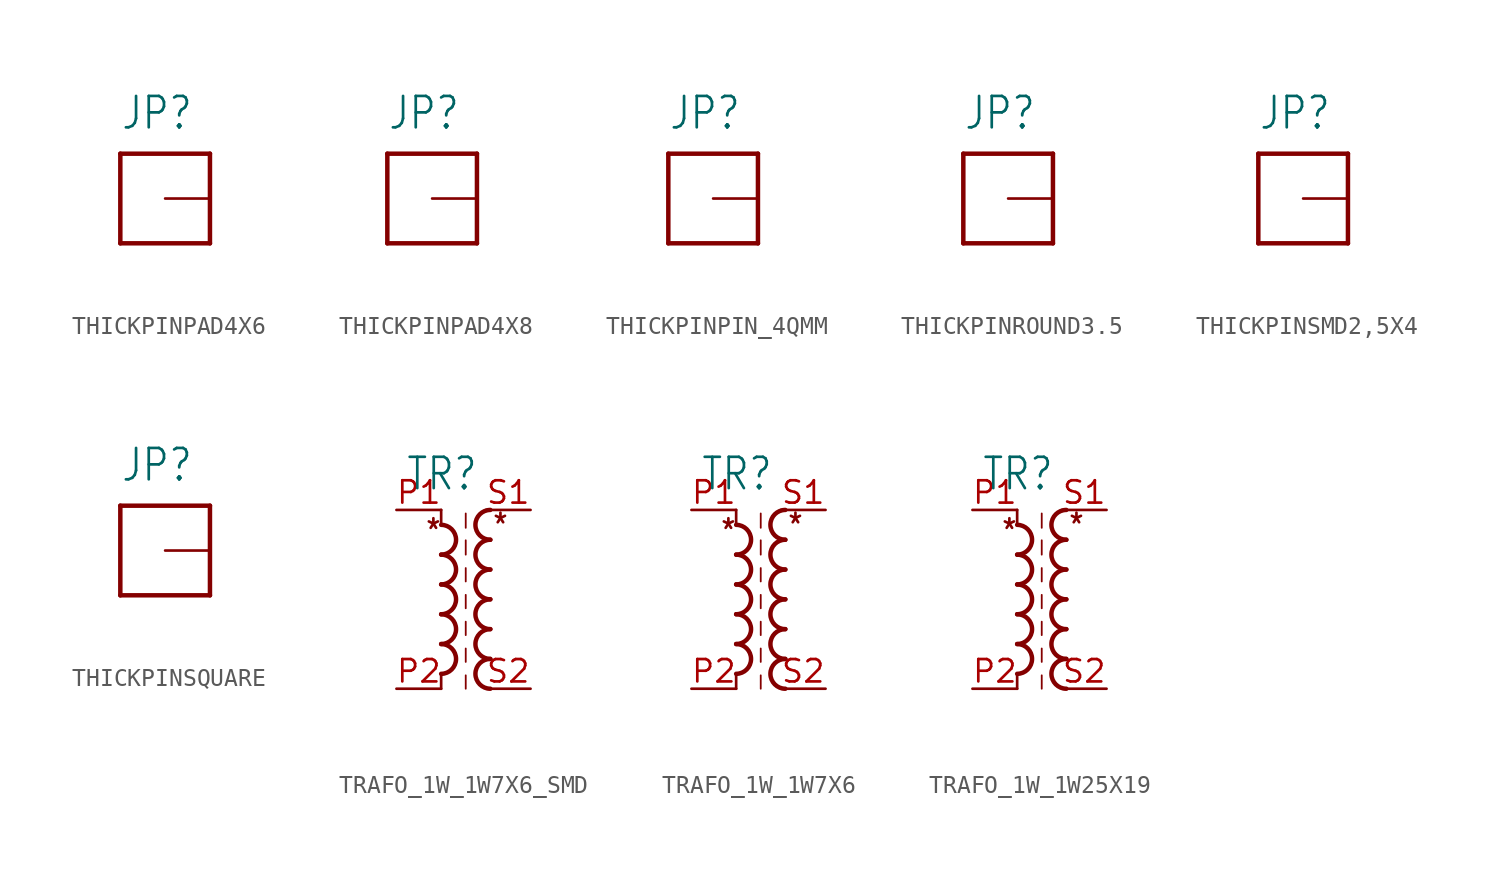
<source format=kicad_sym>
(kicad_symbol_lib
  (version 20231120)
  (generator "kicad_symbol_editor")
  (generator_version "8.0")
  (symbol "THICKPINPAD4X6"
    (property "Reference" "JP"
      (at -5.08 3.81 0)
      (effects (font (size 1.778 1.511)) (justify left bottom)))
    (property "Value" ""
      (at -5.08 -5.08 0)
      (effects (font (size 1.778 1.511)) (justify left bottom)))
    (property "ki_locked" ""
      (at 0 0 0)
      (effects (font (size 1.27 1.27))))
    (symbol "THICKPINPAD4X6_1_0"
      (polyline (pts (xy -5.08 -2.54) (xy -5.08 2.54)) (stroke (width 0.254) (type solid)) (fill (type none)))
      (polyline (pts (xy -5.08 2.54) (xy 0 2.54)) (stroke (width 0.254) (type solid)) (fill (type none)))
      (polyline (pts (xy 0 -2.54) (xy -5.08 -2.54)) (stroke (width 0.254) (type solid)) (fill (type none)))
      (polyline (pts (xy 0 2.54) (xy 0 -2.54)) (stroke (width 0.254) (type solid)) (fill (type none)))
      (pin bidirectional line (at -2.54 0 0) (length 2.54) (name "1" (effects (font (size 0 0)))) (number "P$1" (effects (font (size 0 0)))))))
  (symbol "THICKPINPAD4X8"
    (property "Reference" "JP"
      (at -5.08 3.81 0)
      (effects (font (size 1.778 1.511)) (justify left bottom)))
    (property "Value" ""
      (at -5.08 -5.08 0)
      (effects (font (size 1.778 1.511)) (justify left bottom)))
    (property "ki_locked" ""
      (at 0 0 0)
      (effects (font (size 1.27 1.27))))
    (symbol "THICKPINPAD4X8_1_0"
      (polyline (pts (xy -5.08 -2.54) (xy -5.08 2.54)) (stroke (width 0.254) (type solid)) (fill (type none)))
      (polyline (pts (xy -5.08 2.54) (xy 0 2.54)) (stroke (width 0.254) (type solid)) (fill (type none)))
      (polyline (pts (xy 0 -2.54) (xy -5.08 -2.54)) (stroke (width 0.254) (type solid)) (fill (type none)))
      (polyline (pts (xy 0 2.54) (xy 0 -2.54)) (stroke (width 0.254) (type solid)) (fill (type none)))
      (pin bidirectional line (at -2.54 0 0) (length 2.54) (name "1" (effects (font (size 0 0)))) (number "P$1" (effects (font (size 0 0)))))))
  (symbol "THICKPINPIN_4QMM"
    (property "Reference" "JP"
      (at -5.08 3.81 0)
      (effects (font (size 1.778 1.511)) (justify left bottom)))
    (property "Value" ""
      (at -5.08 -5.08 0)
      (effects (font (size 1.778 1.511)) (justify left bottom)))
    (property "ki_locked" ""
      (at 0 0 0)
      (effects (font (size 1.27 1.27))))
    (symbol "THICKPINPIN_4QMM_1_0"
      (polyline (pts (xy -5.08 -2.54) (xy -5.08 2.54)) (stroke (width 0.254) (type solid)) (fill (type none)))
      (polyline (pts (xy -5.08 2.54) (xy 0 2.54)) (stroke (width 0.254) (type solid)) (fill (type none)))
      (polyline (pts (xy 0 -2.54) (xy -5.08 -2.54)) (stroke (width 0.254) (type solid)) (fill (type none)))
      (polyline (pts (xy 0 2.54) (xy 0 -2.54)) (stroke (width 0.254) (type solid)) (fill (type none)))
      (pin bidirectional line (at -2.54 0 0) (length 2.54) (name "1" (effects (font (size 0 0)))) (number "P$1" (effects (font (size 0 0)))))))
  (symbol "THICKPINROUND3.5"
    (property "Reference" "JP"
      (at -5.08 3.81 0)
      (effects (font (size 1.778 1.511)) (justify left bottom)))
    (property "Value" ""
      (at -5.08 -5.08 0)
      (effects (font (size 1.778 1.511)) (justify left bottom)))
    (property "ki_locked" ""
      (at 0 0 0)
      (effects (font (size 1.27 1.27))))
    (symbol "THICKPINROUND3.5_1_0"
      (polyline (pts (xy -5.08 -2.54) (xy -5.08 2.54)) (stroke (width 0.254) (type solid)) (fill (type none)))
      (polyline (pts (xy -5.08 2.54) (xy 0 2.54)) (stroke (width 0.254) (type solid)) (fill (type none)))
      (polyline (pts (xy 0 -2.54) (xy -5.08 -2.54)) (stroke (width 0.254) (type solid)) (fill (type none)))
      (polyline (pts (xy 0 2.54) (xy 0 -2.54)) (stroke (width 0.254) (type solid)) (fill (type none)))
      (pin bidirectional line (at -2.54 0 0) (length 2.54) (name "1" (effects (font (size 0 0)))) (number "P$1" (effects (font (size 0 0)))))))
  (symbol "THICKPINSMD2,5X4"
    (property "Reference" "JP"
      (at -5.08 3.81 0)
      (effects (font (size 1.778 1.511)) (justify left bottom)))
    (property "Value" ""
      (at -5.08 -5.08 0)
      (effects (font (size 1.778 1.511)) (justify left bottom)))
    (property "ki_locked" ""
      (at 0 0 0)
      (effects (font (size 1.27 1.27))))
    (symbol "THICKPINSMD2,5X4_1_0"
      (polyline (pts (xy -5.08 -2.54) (xy -5.08 2.54)) (stroke (width 0.254) (type solid)) (fill (type none)))
      (polyline (pts (xy -5.08 2.54) (xy 0 2.54)) (stroke (width 0.254) (type solid)) (fill (type none)))
      (polyline (pts (xy 0 -2.54) (xy -5.08 -2.54)) (stroke (width 0.254) (type solid)) (fill (type none)))
      (polyline (pts (xy 0 2.54) (xy 0 -2.54)) (stroke (width 0.254) (type solid)) (fill (type none)))
      (pin bidirectional line (at -2.54 0 0) (length 2.54) (name "1" (effects (font (size 0 0)))) (number "P$1" (effects (font (size 0 0)))))))
  (symbol "THICKPINSQUARE"
    (property "Reference" "JP"
      (at -5.08 3.81 0)
      (effects (font (size 1.778 1.511)) (justify left bottom)))
    (property "Value" ""
      (at -5.08 -5.08 0)
      (effects (font (size 1.778 1.511)) (justify left bottom)))
    (property "ki_locked" ""
      (at 0 0 0)
      (effects (font (size 1.27 1.27))))
    (symbol "THICKPINSQUARE_1_0"
      (polyline (pts (xy -5.08 -2.54) (xy -5.08 2.54)) (stroke (width 0.254) (type solid)) (fill (type none)))
      (polyline (pts (xy -5.08 2.54) (xy 0 2.54)) (stroke (width 0.254) (type solid)) (fill (type none)))
      (polyline (pts (xy 0 -2.54) (xy -5.08 -2.54)) (stroke (width 0.254) (type solid)) (fill (type none)))
      (polyline (pts (xy 0 2.54) (xy 0 -2.54)) (stroke (width 0.254) (type solid)) (fill (type none)))
      (pin bidirectional line (at -2.54 0 0) (length 2.54) (name "1" (effects (font (size 0 0)))) (number "1" (effects (font (size 0 0)))))))
  (symbol "TRAFO_1W_1W7X6_SMD"
    (property "Reference" "TR"
      (at -4.572 6.096 0)
      (effects (font (size 1.778 1.511)) (justify left bottom)))
    (property "Value" ""
      (at -4.572 -7.874 0)
      (effects (font (size 1.778 1.511)) (justify left bottom)))
    (property "ki_locked" ""
      (at 0 0 0)
      (effects (font (size 1.27 1.27))))
    (symbol "TRAFO_1W_1W7X6_SMD_1_0"
      (arc (start -2.54 -4.2334) (mid -1.6933 -3.3867) (end -2.54 -2.54) (stroke (width 0.254) (type solid)) (fill (type none)))
      (arc (start -2.54 -2.54) (mid -1.6933 -1.6933) (end -2.54 -0.8466) (stroke (width 0.254) (type solid)) (fill (type none)))
      (arc (start -2.54 -0.8466) (mid -1.6934 0) (end -2.54 0.8466) (stroke (width 0.254) (type solid)) (fill (type none)))
      (arc (start -2.54 0.8466) (mid -1.6933 1.6933) (end -2.54 2.54) (stroke (width 0.254) (type solid)) (fill (type none)))
      (arc (start -2.54 2.54) (mid -1.6933 3.3867) (end -2.54 4.2334) (stroke (width 0.254) (type solid)) (fill (type none)))
      (polyline (pts (xy -2.54 -4.318) (xy -2.54 -5.08)) (stroke (width 0.152) (type solid)) (fill (type none)))
      (polyline (pts (xy -2.54 5.08) (xy -2.54 4.318)) (stroke (width 0.152) (type solid)) (fill (type none)))
      (polyline (pts (xy -1.143 -5.08) (xy -1.143 -4.318)) (stroke (width 0.102) (type solid)) (fill (type none)))
      (polyline (pts (xy -1.143 -3.556) (xy -1.143 -2.794)) (stroke (width 0.102) (type solid)) (fill (type none)))
      (polyline (pts (xy -1.143 -2.032) (xy -1.143 -1.27)) (stroke (width 0.102) (type solid)) (fill (type none)))
      (polyline (pts (xy -1.143 -0.508) (xy -1.143 0.254)) (stroke (width 0.102) (type solid)) (fill (type none)))
      (polyline (pts (xy -1.143 1.016) (xy -1.143 1.778)) (stroke (width 0.102) (type solid)) (fill (type none)))
      (polyline (pts (xy -1.143 2.54) (xy -1.143 3.356)) (stroke (width 0.102) (type solid)) (fill (type none)))
      (polyline (pts (xy -1.143 4.064) (xy -1.143 4.88)) (stroke (width 0.102) (type solid)) (fill (type none)))
      (arc (start 0.254 -3.3866) (mid -0.5927 -4.2333) (end 0.254 -5.08) (stroke (width 0.254) (type solid)) (fill (type none)))
      (arc (start 0.254 -1.6934) (mid -0.5926 -2.54) (end 0.254 -3.3866) (stroke (width 0.254) (type solid)) (fill (type none)))
      (arc (start 0.254 0) (mid -0.5927 -0.8467) (end 0.254 -1.6934) (stroke (width 0.254) (type solid)) (fill (type none)))
      (arc (start 0.254 1.6934) (mid -0.5927 0.8467) (end 0.254 0) (stroke (width 0.254) (type solid)) (fill (type none)))
      (arc (start 0.254 3.3866) (mid -0.5927 2.5399) (end 0.254 1.6932) (stroke (width 0.254) (type solid)) (fill (type none)))
      (arc (start 0.254 5.08) (mid -0.5927 4.2333) (end 0.254 3.3866) (stroke (width 0.254) (type solid)) (fill (type none)))
      (text "*" (at -3.493 3.175 0) (effects (font (size 1.27 1.079)) (justify left bottom)))
      (text "*" (at 0.318 3.493 0) (effects (font (size 1.27 1.079)) (justify left bottom)))
      (pin passive line (at -5.08 5.08 0) (length 2.54) (name "P1" (effects (font (size 0 0)))) (number "P1" (effects (font (size 1.27 1.27)))))
      (pin passive line (at -5.08 -5.08 0) (length 2.54) (name "P2" (effects (font (size 0 0)))) (number "P2" (effects (font (size 1.27 1.27)))))
      (pin passive line (at 2.54 5.08 180) (length 2.54) (name "S1" (effects (font (size 0 0)))) (number "S1" (effects (font (size 1.27 1.27)))))
      (pin passive line (at 2.54 -5.08 180) (length 2.54) (name "S2" (effects (font (size 0 0)))) (number "S2" (effects (font (size 1.27 1.27)))))))
  (symbol "TRAFO_1W_1W7X6"
    (property "Reference" "TR"
      (at -4.572 6.096 0)
      (effects (font (size 1.778 1.511)) (justify left bottom)))
    (property "Value" ""
      (at -4.572 -7.874 0)
      (effects (font (size 1.778 1.511)) (justify left bottom)))
    (property "ki_locked" ""
      (at 0 0 0)
      (effects (font (size 1.27 1.27))))
    (symbol "TRAFO_1W_1W7X6_1_0"
      (arc (start -2.54 -4.2334) (mid -1.6933 -3.3867) (end -2.54 -2.54) (stroke (width 0.254) (type solid)) (fill (type none)))
      (arc (start -2.54 -2.54) (mid -1.6933 -1.6933) (end -2.54 -0.8466) (stroke (width 0.254) (type solid)) (fill (type none)))
      (arc (start -2.54 -0.8466) (mid -1.6934 0) (end -2.54 0.8466) (stroke (width 0.254) (type solid)) (fill (type none)))
      (arc (start -2.54 0.8466) (mid -1.6933 1.6933) (end -2.54 2.54) (stroke (width 0.254) (type solid)) (fill (type none)))
      (arc (start -2.54 2.54) (mid -1.6933 3.3867) (end -2.54 4.2334) (stroke (width 0.254) (type solid)) (fill (type none)))
      (polyline (pts (xy -2.54 -4.318) (xy -2.54 -5.08)) (stroke (width 0.152) (type solid)) (fill (type none)))
      (polyline (pts (xy -2.54 5.08) (xy -2.54 4.318)) (stroke (width 0.152) (type solid)) (fill (type none)))
      (polyline (pts (xy -1.143 -5.08) (xy -1.143 -4.318)) (stroke (width 0.102) (type solid)) (fill (type none)))
      (polyline (pts (xy -1.143 -3.556) (xy -1.143 -2.794)) (stroke (width 0.102) (type solid)) (fill (type none)))
      (polyline (pts (xy -1.143 -2.032) (xy -1.143 -1.27)) (stroke (width 0.102) (type solid)) (fill (type none)))
      (polyline (pts (xy -1.143 -0.508) (xy -1.143 0.254)) (stroke (width 0.102) (type solid)) (fill (type none)))
      (polyline (pts (xy -1.143 1.016) (xy -1.143 1.778)) (stroke (width 0.102) (type solid)) (fill (type none)))
      (polyline (pts (xy -1.143 2.54) (xy -1.143 3.356)) (stroke (width 0.102) (type solid)) (fill (type none)))
      (polyline (pts (xy -1.143 4.064) (xy -1.143 4.88)) (stroke (width 0.102) (type solid)) (fill (type none)))
      (arc (start 0.254 -3.3866) (mid -0.5927 -4.2333) (end 0.254 -5.08) (stroke (width 0.254) (type solid)) (fill (type none)))
      (arc (start 0.254 -1.6934) (mid -0.5926 -2.54) (end 0.254 -3.3866) (stroke (width 0.254) (type solid)) (fill (type none)))
      (arc (start 0.254 0) (mid -0.5927 -0.8467) (end 0.254 -1.6934) (stroke (width 0.254) (type solid)) (fill (type none)))
      (arc (start 0.254 1.6934) (mid -0.5927 0.8467) (end 0.254 0) (stroke (width 0.254) (type solid)) (fill (type none)))
      (arc (start 0.254 3.3866) (mid -0.5927 2.5399) (end 0.254 1.6932) (stroke (width 0.254) (type solid)) (fill (type none)))
      (arc (start 0.254 5.08) (mid -0.5927 4.2333) (end 0.254 3.3866) (stroke (width 0.254) (type solid)) (fill (type none)))
      (text "*" (at -3.493 3.175 0) (effects (font (size 1.27 1.079)) (justify left bottom)))
      (text "*" (at 0.318 3.493 0) (effects (font (size 1.27 1.079)) (justify left bottom)))
      (pin passive line (at -5.08 5.08 0) (length 2.54) (name "P1" (effects (font (size 0 0)))) (number "P1" (effects (font (size 1.27 1.27)))))
      (pin passive line (at -5.08 -5.08 0) (length 2.54) (name "P2" (effects (font (size 0 0)))) (number "P2" (effects (font (size 1.27 1.27)))))
      (pin passive line (at 2.54 5.08 180) (length 2.54) (name "S1" (effects (font (size 0 0)))) (number "S1" (effects (font (size 1.27 1.27)))))
      (pin passive line (at 2.54 -5.08 180) (length 2.54) (name "S2" (effects (font (size 0 0)))) (number "S2" (effects (font (size 1.27 1.27)))))))
  (symbol "TRAFO_1W_1W25X19"
    (property "Reference" "TR"
      (at -4.572 6.096 0)
      (effects (font (size 1.778 1.511)) (justify left bottom)))
    (property "Value" ""
      (at -4.572 -7.874 0)
      (effects (font (size 1.778 1.511)) (justify left bottom)))
    (property "ki_locked" ""
      (at 0 0 0)
      (effects (font (size 1.27 1.27))))
    (symbol "TRAFO_1W_1W25X19_1_0"
      (arc (start -2.54 -4.2334) (mid -1.6933 -3.3867) (end -2.54 -2.54) (stroke (width 0.254) (type solid)) (fill (type none)))
      (arc (start -2.54 -2.54) (mid -1.6933 -1.6933) (end -2.54 -0.8466) (stroke (width 0.254) (type solid)) (fill (type none)))
      (arc (start -2.54 -0.8466) (mid -1.6934 0) (end -2.54 0.8466) (stroke (width 0.254) (type solid)) (fill (type none)))
      (arc (start -2.54 0.8466) (mid -1.6933 1.6933) (end -2.54 2.54) (stroke (width 0.254) (type solid)) (fill (type none)))
      (arc (start -2.54 2.54) (mid -1.6933 3.3867) (end -2.54 4.2334) (stroke (width 0.254) (type solid)) (fill (type none)))
      (polyline (pts (xy -2.54 -4.318) (xy -2.54 -5.08)) (stroke (width 0.152) (type solid)) (fill (type none)))
      (polyline (pts (xy -2.54 5.08) (xy -2.54 4.318)) (stroke (width 0.152) (type solid)) (fill (type none)))
      (polyline (pts (xy -1.143 -5.08) (xy -1.143 -4.318)) (stroke (width 0.102) (type solid)) (fill (type none)))
      (polyline (pts (xy -1.143 -3.556) (xy -1.143 -2.794)) (stroke (width 0.102) (type solid)) (fill (type none)))
      (polyline (pts (xy -1.143 -2.032) (xy -1.143 -1.27)) (stroke (width 0.102) (type solid)) (fill (type none)))
      (polyline (pts (xy -1.143 -0.508) (xy -1.143 0.254)) (stroke (width 0.102) (type solid)) (fill (type none)))
      (polyline (pts (xy -1.143 1.016) (xy -1.143 1.778)) (stroke (width 0.102) (type solid)) (fill (type none)))
      (polyline (pts (xy -1.143 2.54) (xy -1.143 3.356)) (stroke (width 0.102) (type solid)) (fill (type none)))
      (polyline (pts (xy -1.143 4.064) (xy -1.143 4.88)) (stroke (width 0.102) (type solid)) (fill (type none)))
      (arc (start 0.254 -3.3866) (mid -0.5927 -4.2333) (end 0.254 -5.08) (stroke (width 0.254) (type solid)) (fill (type none)))
      (arc (start 0.254 -1.6934) (mid -0.5926 -2.54) (end 0.254 -3.3866) (stroke (width 0.254) (type solid)) (fill (type none)))
      (arc (start 0.254 0) (mid -0.5927 -0.8467) (end 0.254 -1.6934) (stroke (width 0.254) (type solid)) (fill (type none)))
      (arc (start 0.254 1.6934) (mid -0.5927 0.8467) (end 0.254 0) (stroke (width 0.254) (type solid)) (fill (type none)))
      (arc (start 0.254 3.3866) (mid -0.5927 2.5399) (end 0.254 1.6932) (stroke (width 0.254) (type solid)) (fill (type none)))
      (arc (start 0.254 5.08) (mid -0.5927 4.2333) (end 0.254 3.3866) (stroke (width 0.254) (type solid)) (fill (type none)))
      (text "*" (at -3.493 3.175 0) (effects (font (size 1.27 1.079)) (justify left bottom)))
      (text "*" (at 0.318 3.493 0) (effects (font (size 1.27 1.079)) (justify left bottom)))
      (pin passive line (at -5.08 5.08 0) (length 2.54) (name "P1" (effects (font (size 0 0)))) (number "P1" (effects (font (size 1.27 1.27)))))
      (pin passive line (at -5.08 -5.08 0) (length 2.54) (name "P2" (effects (font (size 0 0)))) (number "P2" (effects (font (size 1.27 1.27)))))
      (pin passive line (at 2.54 5.08 180) (length 2.54) (name "S1" (effects (font (size 0 0)))) (number "S1" (effects (font (size 1.27 1.27)))))
      (pin passive line (at 2.54 -5.08 180) (length 2.54) (name "S2" (effects (font (size 0 0)))) (number "S2" (effects (font (size 1.27 1.27))))))))
</source>
